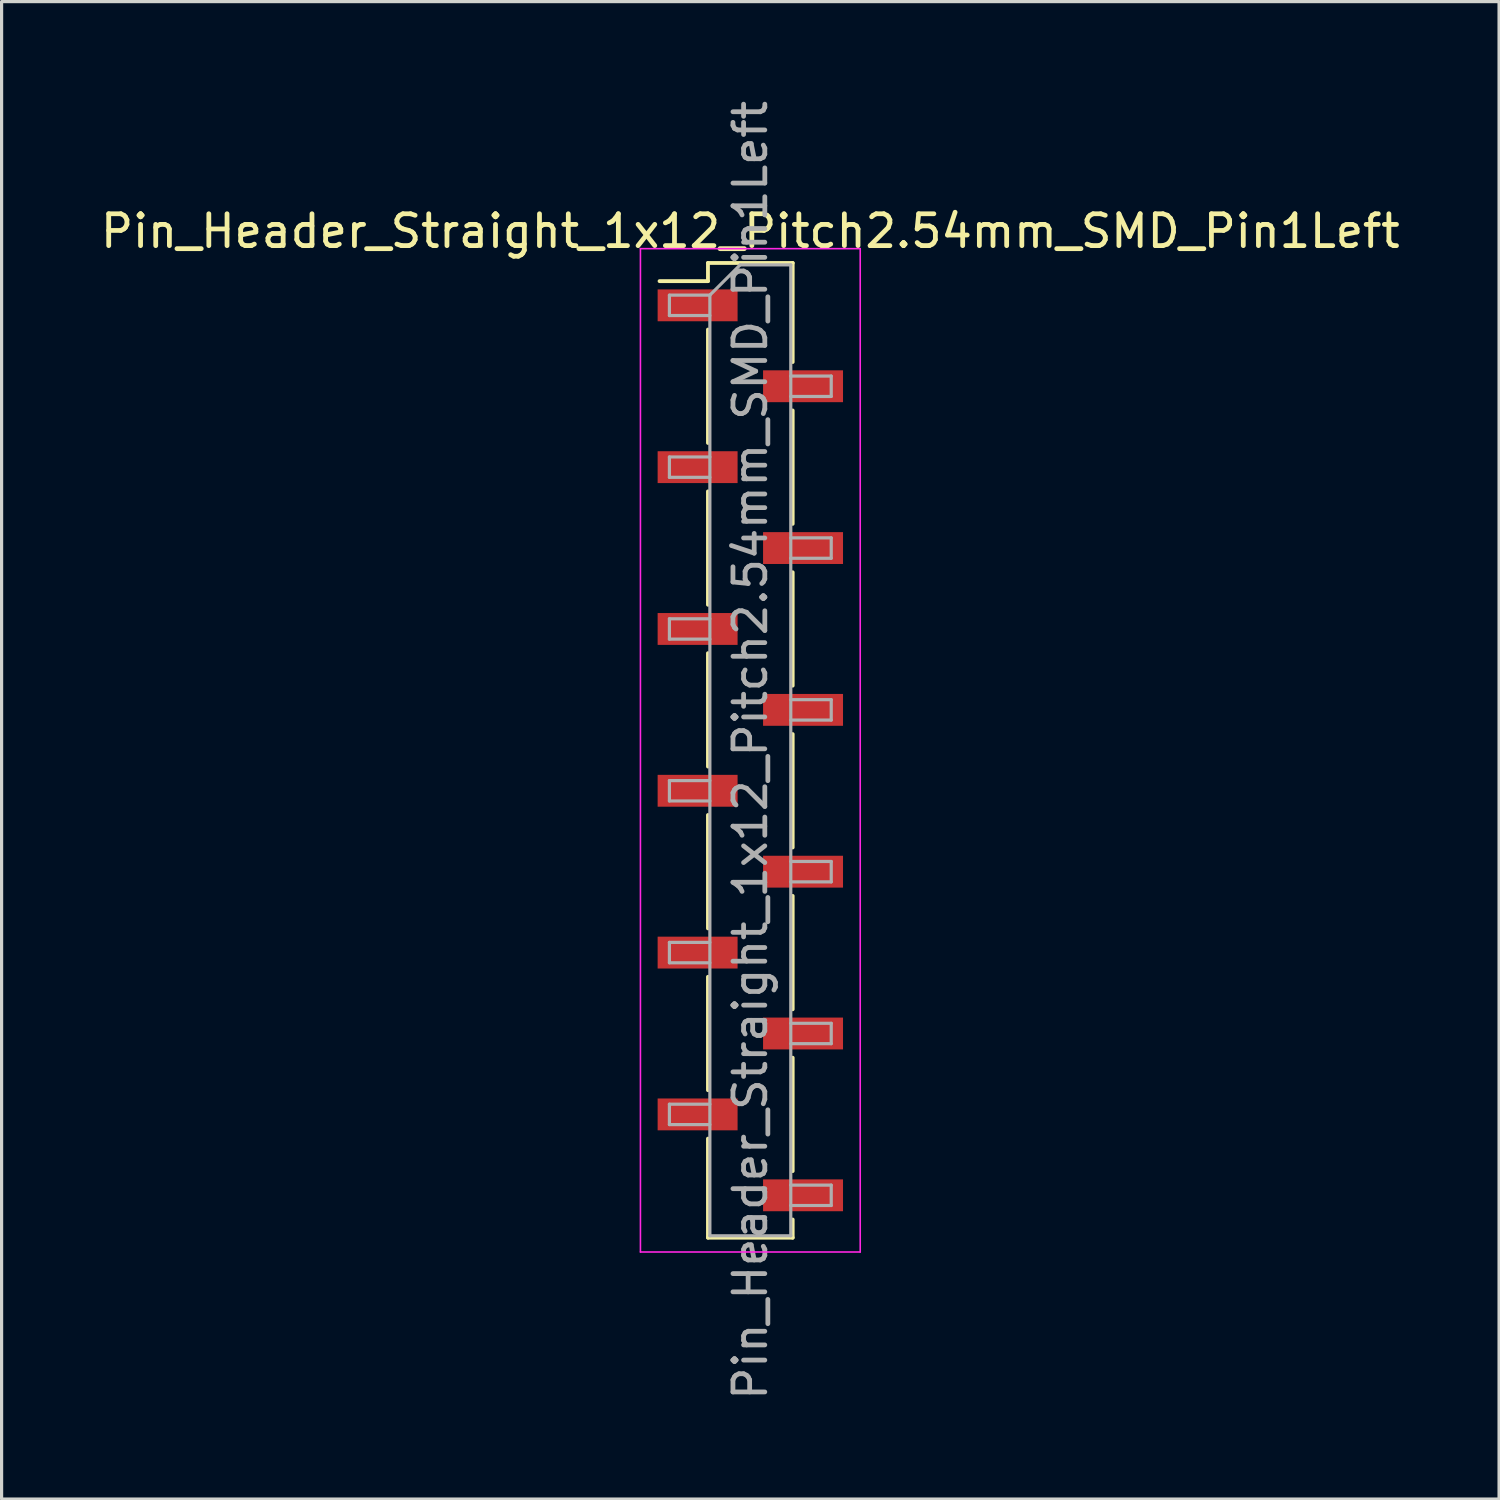
<source format=kicad_pcb>
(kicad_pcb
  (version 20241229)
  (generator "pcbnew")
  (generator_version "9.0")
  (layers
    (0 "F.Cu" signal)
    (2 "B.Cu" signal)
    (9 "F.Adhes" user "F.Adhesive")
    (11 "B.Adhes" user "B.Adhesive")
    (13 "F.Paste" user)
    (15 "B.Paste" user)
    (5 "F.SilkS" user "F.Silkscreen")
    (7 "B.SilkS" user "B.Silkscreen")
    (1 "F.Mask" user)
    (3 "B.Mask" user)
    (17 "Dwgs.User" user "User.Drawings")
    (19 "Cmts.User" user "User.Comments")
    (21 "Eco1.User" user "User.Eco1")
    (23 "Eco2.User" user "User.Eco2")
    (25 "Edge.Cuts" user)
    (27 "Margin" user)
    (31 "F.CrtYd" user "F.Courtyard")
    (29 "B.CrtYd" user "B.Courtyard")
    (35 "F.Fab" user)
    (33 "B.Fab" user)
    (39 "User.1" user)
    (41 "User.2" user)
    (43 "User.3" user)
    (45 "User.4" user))
  (footprint "Pin_Header_Straight_1x12_Pitch2.54mm_SMD_Pin1Left"
    (layer "F.Cu")
    (at 20.506 20.506)
    (property "Reference" "Pin_Header_Straight_1x12_Pitch2.54mm_SMD_Pin1Left" (at 0 -16.3 0) (layer "F.SilkS") (effects (font (size 1 1) (thickness 0.15))))
    (attr smd)
    (fp_line (start -1.33 -15.3) (end -1.33 -14.73) (stroke (width 0.12) (type solid)) (layer "F.SilkS"))
    (fp_line (start -1.33 -15.3) (end 1.33 -15.3) (stroke (width 0.12) (type solid)) (layer "F.SilkS"))
    (fp_line (start -1.33 -14.73) (end -2.85 -14.73) (stroke (width 0.12) (type solid)) (layer "F.SilkS"))
    (fp_line (start -1.33 -13.21) (end -1.33 -9.65) (stroke (width 0.12) (type solid)) (layer "F.SilkS"))
    (fp_line (start -1.33 -8.13) (end -1.33 -4.57) (stroke (width 0.12) (type solid)) (layer "F.SilkS"))
    (fp_line (start -1.33 -3.05) (end -1.33 0.51) (stroke (width 0.12) (type solid)) (layer "F.SilkS"))
    (fp_line (start -1.33 2.03) (end -1.33 5.59) (stroke (width 0.12) (type solid)) (layer "F.SilkS"))
    (fp_line (start -1.33 7.11) (end -1.33 10.67) (stroke (width 0.12) (type solid)) (layer "F.SilkS"))
    (fp_line (start -1.33 12.19) (end -1.33 15.3) (stroke (width 0.12) (type solid)) (layer "F.SilkS"))
    (fp_line (start -1.33 15.3) (end 1.33 15.3) (stroke (width 0.12) (type solid)) (layer "F.SilkS"))
    (fp_line (start 1.33 -15.3) (end 1.33 -12.19) (stroke (width 0.12) (type solid)) (layer "F.SilkS"))
    (fp_line (start 1.33 -10.67) (end 1.33 -7.11) (stroke (width 0.12) (type solid)) (layer "F.SilkS"))
    (fp_line (start 1.33 -5.59) (end 1.33 -2.03) (stroke (width 0.12) (type solid)) (layer "F.SilkS"))
    (fp_line (start 1.33 -0.51) (end 1.33 3.05) (stroke (width 0.12) (type solid)) (layer "F.SilkS"))
    (fp_line (start 1.33 4.57) (end 1.33 8.13) (stroke (width 0.12) (type solid)) (layer "F.SilkS"))
    (fp_line (start 1.33 9.65) (end 1.33 13.21) (stroke (width 0.12) (type solid)) (layer "F.SilkS"))
    (fp_line (start 1.33 14.73) (end 1.33 15.3) (stroke (width 0.12) (type solid)) (layer "F.SilkS"))
    (fp_line (start -3.45 -15.75) (end -3.45 15.75) (stroke (width 0.05) (type solid)) (layer "F.CrtYd"))
    (fp_line (start -3.45 15.75) (end 3.45 15.75) (stroke (width 0.05) (type solid)) (layer "F.CrtYd"))
    (fp_line (start 3.45 -15.75) (end -3.45 -15.75) (stroke (width 0.05) (type solid)) (layer "F.CrtYd"))
    (fp_line (start 3.45 15.75) (end 3.45 -15.75) (stroke (width 0.05) (type solid)) (layer "F.CrtYd"))
    (fp_line (start -2.54 -14.29) (end -2.54 -13.65) (stroke (width 0.1) (type solid)) (layer "F.Fab"))
    (fp_line (start -2.54 -13.65) (end -1.27 -13.65) (stroke (width 0.1) (type solid)) (layer "F.Fab"))
    (fp_line (start -2.54 -9.21) (end -2.54 -8.57) (stroke (width 0.1) (type solid)) (layer "F.Fab"))
    (fp_line (start -2.54 -8.57) (end -1.27 -8.57) (stroke (width 0.1) (type solid)) (layer "F.Fab"))
    (fp_line (start -2.54 -4.13) (end -2.54 -3.49) (stroke (width 0.1) (type solid)) (layer "F.Fab"))
    (fp_line (start -2.54 -3.49) (end -1.27 -3.49) (stroke (width 0.1) (type solid)) (layer "F.Fab"))
    (fp_line (start -2.54 0.95) (end -2.54 1.59) (stroke (width 0.1) (type solid)) (layer "F.Fab"))
    (fp_line (start -2.54 1.59) (end -1.27 1.59) (stroke (width 0.1) (type solid)) (layer "F.Fab"))
    (fp_line (start -2.54 6.03) (end -2.54 6.67) (stroke (width 0.1) (type solid)) (layer "F.Fab"))
    (fp_line (start -2.54 6.67) (end -1.27 6.67) (stroke (width 0.1) (type solid)) (layer "F.Fab"))
    (fp_line (start -2.54 11.11) (end -2.54 11.75) (stroke (width 0.1) (type solid)) (layer "F.Fab"))
    (fp_line (start -2.54 11.75) (end -1.27 11.75) (stroke (width 0.1) (type solid)) (layer "F.Fab"))
    (fp_line (start -1.27 -14.29) (end -2.54 -14.29) (stroke (width 0.1) (type solid)) (layer "F.Fab"))
    (fp_line (start -1.27 -14.29) (end -0.32 -15.24) (stroke (width 0.1) (type solid)) (layer "F.Fab"))
    (fp_line (start -1.27 -9.21) (end -2.54 -9.21) (stroke (width 0.1) (type solid)) (layer "F.Fab"))
    (fp_line (start -1.27 -4.13) (end -2.54 -4.13) (stroke (width 0.1) (type solid)) (layer "F.Fab"))
    (fp_line (start -1.27 0.95) (end -2.54 0.95) (stroke (width 0.1) (type solid)) (layer "F.Fab"))
    (fp_line (start -1.27 6.03) (end -2.54 6.03) (stroke (width 0.1) (type solid)) (layer "F.Fab"))
    (fp_line (start -1.27 11.11) (end -2.54 11.11) (stroke (width 0.1) (type solid)) (layer "F.Fab"))
    (fp_line (start -1.27 15.24) (end -1.27 -14.29) (stroke (width 0.1) (type solid)) (layer "F.Fab"))
    (fp_line (start -0.32 -15.24) (end 1.27 -15.24) (stroke (width 0.1) (type solid)) (layer "F.Fab"))
    (fp_line (start 1.27 -15.24) (end 1.27 15.24) (stroke (width 0.1) (type solid)) (layer "F.Fab"))
    (fp_line (start 1.27 -11.75) (end 2.54 -11.75) (stroke (width 0.1) (type solid)) (layer "F.Fab"))
    (fp_line (start 1.27 -6.67) (end 2.54 -6.67) (stroke (width 0.1) (type solid)) (layer "F.Fab"))
    (fp_line (start 1.27 -1.59) (end 2.54 -1.59) (stroke (width 0.1) (type solid)) (layer "F.Fab"))
    (fp_line (start 1.27 3.49) (end 2.54 3.49) (stroke (width 0.1) (type solid)) (layer "F.Fab"))
    (fp_line (start 1.27 8.57) (end 2.54 8.57) (stroke (width 0.1) (type solid)) (layer "F.Fab"))
    (fp_line (start 1.27 13.65) (end 2.54 13.65) (stroke (width 0.1) (type solid)) (layer "F.Fab"))
    (fp_line (start 1.27 15.24) (end -1.27 15.24) (stroke (width 0.1) (type solid)) (layer "F.Fab"))
    (fp_line (start 2.54 -11.75) (end 2.54 -11.11) (stroke (width 0.1) (type solid)) (layer "F.Fab"))
    (fp_line (start 2.54 -11.11) (end 1.27 -11.11) (stroke (width 0.1) (type solid)) (layer "F.Fab"))
    (fp_line (start 2.54 -6.67) (end 2.54 -6.03) (stroke (width 0.1) (type solid)) (layer "F.Fab"))
    (fp_line (start 2.54 -6.03) (end 1.27 -6.03) (stroke (width 0.1) (type solid)) (layer "F.Fab"))
    (fp_line (start 2.54 -1.59) (end 2.54 -0.95) (stroke (width 0.1) (type solid)) (layer "F.Fab"))
    (fp_line (start 2.54 -0.95) (end 1.27 -0.95) (stroke (width 0.1) (type solid)) (layer "F.Fab"))
    (fp_line (start 2.54 3.49) (end 2.54 4.13) (stroke (width 0.1) (type solid)) (layer "F.Fab"))
    (fp_line (start 2.54 4.13) (end 1.27 4.13) (stroke (width 0.1) (type solid)) (layer "F.Fab"))
    (fp_line (start 2.54 8.57) (end 2.54 9.21) (stroke (width 0.1) (type solid)) (layer "F.Fab"))
    (fp_line (start 2.54 9.21) (end 1.27 9.21) (stroke (width 0.1) (type solid)) (layer "F.Fab"))
    (fp_line (start 2.54 13.65) (end 2.54 14.29) (stroke (width 0.1) (type solid)) (layer "F.Fab"))
    (fp_line (start 2.54 14.29) (end 1.27 14.29) (stroke (width 0.1) (type solid)) (layer "F.Fab"))
    (fp_text user "${REFERENCE}" (at 0 0 90) (layer "F.Fab") (effects (font (size 1 1) (thickness 0.15))))
    (pad "1" smd rect (at -1.655 -13.97) (size 2.51 1) (layers "F.Cu" "F.Mask" "F.Paste"))
    (pad "2" smd rect (at 1.655 -11.43) (size 2.51 1) (layers "F.Cu" "F.Mask" "F.Paste"))
    (pad "3" smd rect (at -1.655 -8.89) (size 2.51 1) (layers "F.Cu" "F.Mask" "F.Paste"))
    (pad "4" smd rect (at 1.655 -6.35) (size 2.51 1) (layers "F.Cu" "F.Mask" "F.Paste"))
    (pad "5" smd rect (at -1.655 -3.81) (size 2.51 1) (layers "F.Cu" "F.Mask" "F.Paste"))
    (pad "6" smd rect (at 1.655 -1.27) (size 2.51 1) (layers "F.Cu" "F.Mask" "F.Paste"))
    (pad "7" smd rect (at -1.655 1.27) (size 2.51 1) (layers "F.Cu" "F.Mask" "F.Paste"))
    (pad "8" smd rect (at 1.655 3.81) (size 2.51 1) (layers "F.Cu" "F.Mask" "F.Paste"))
    (pad "9" smd rect (at -1.655 6.35) (size 2.51 1) (layers "F.Cu" "F.Mask" "F.Paste"))
    (pad "10" smd rect (at 1.655 8.89) (size 2.51 1) (layers "F.Cu" "F.Mask" "F.Paste"))
    (pad "11" smd rect (at -1.655 11.43) (size 2.51 1) (layers "F.Cu" "F.Mask" "F.Paste"))
    (pad "12" smd rect (at 1.655 13.97) (size 2.51 1) (layers "F.Cu" "F.Mask" "F.Paste")))
  (gr_rect
    (start -3 -3)
    (end 44.012 44.012)
    (stroke (width 0.1) (type default))
    (fill no)
    (layer "Edge.Cuts")))
</source>
